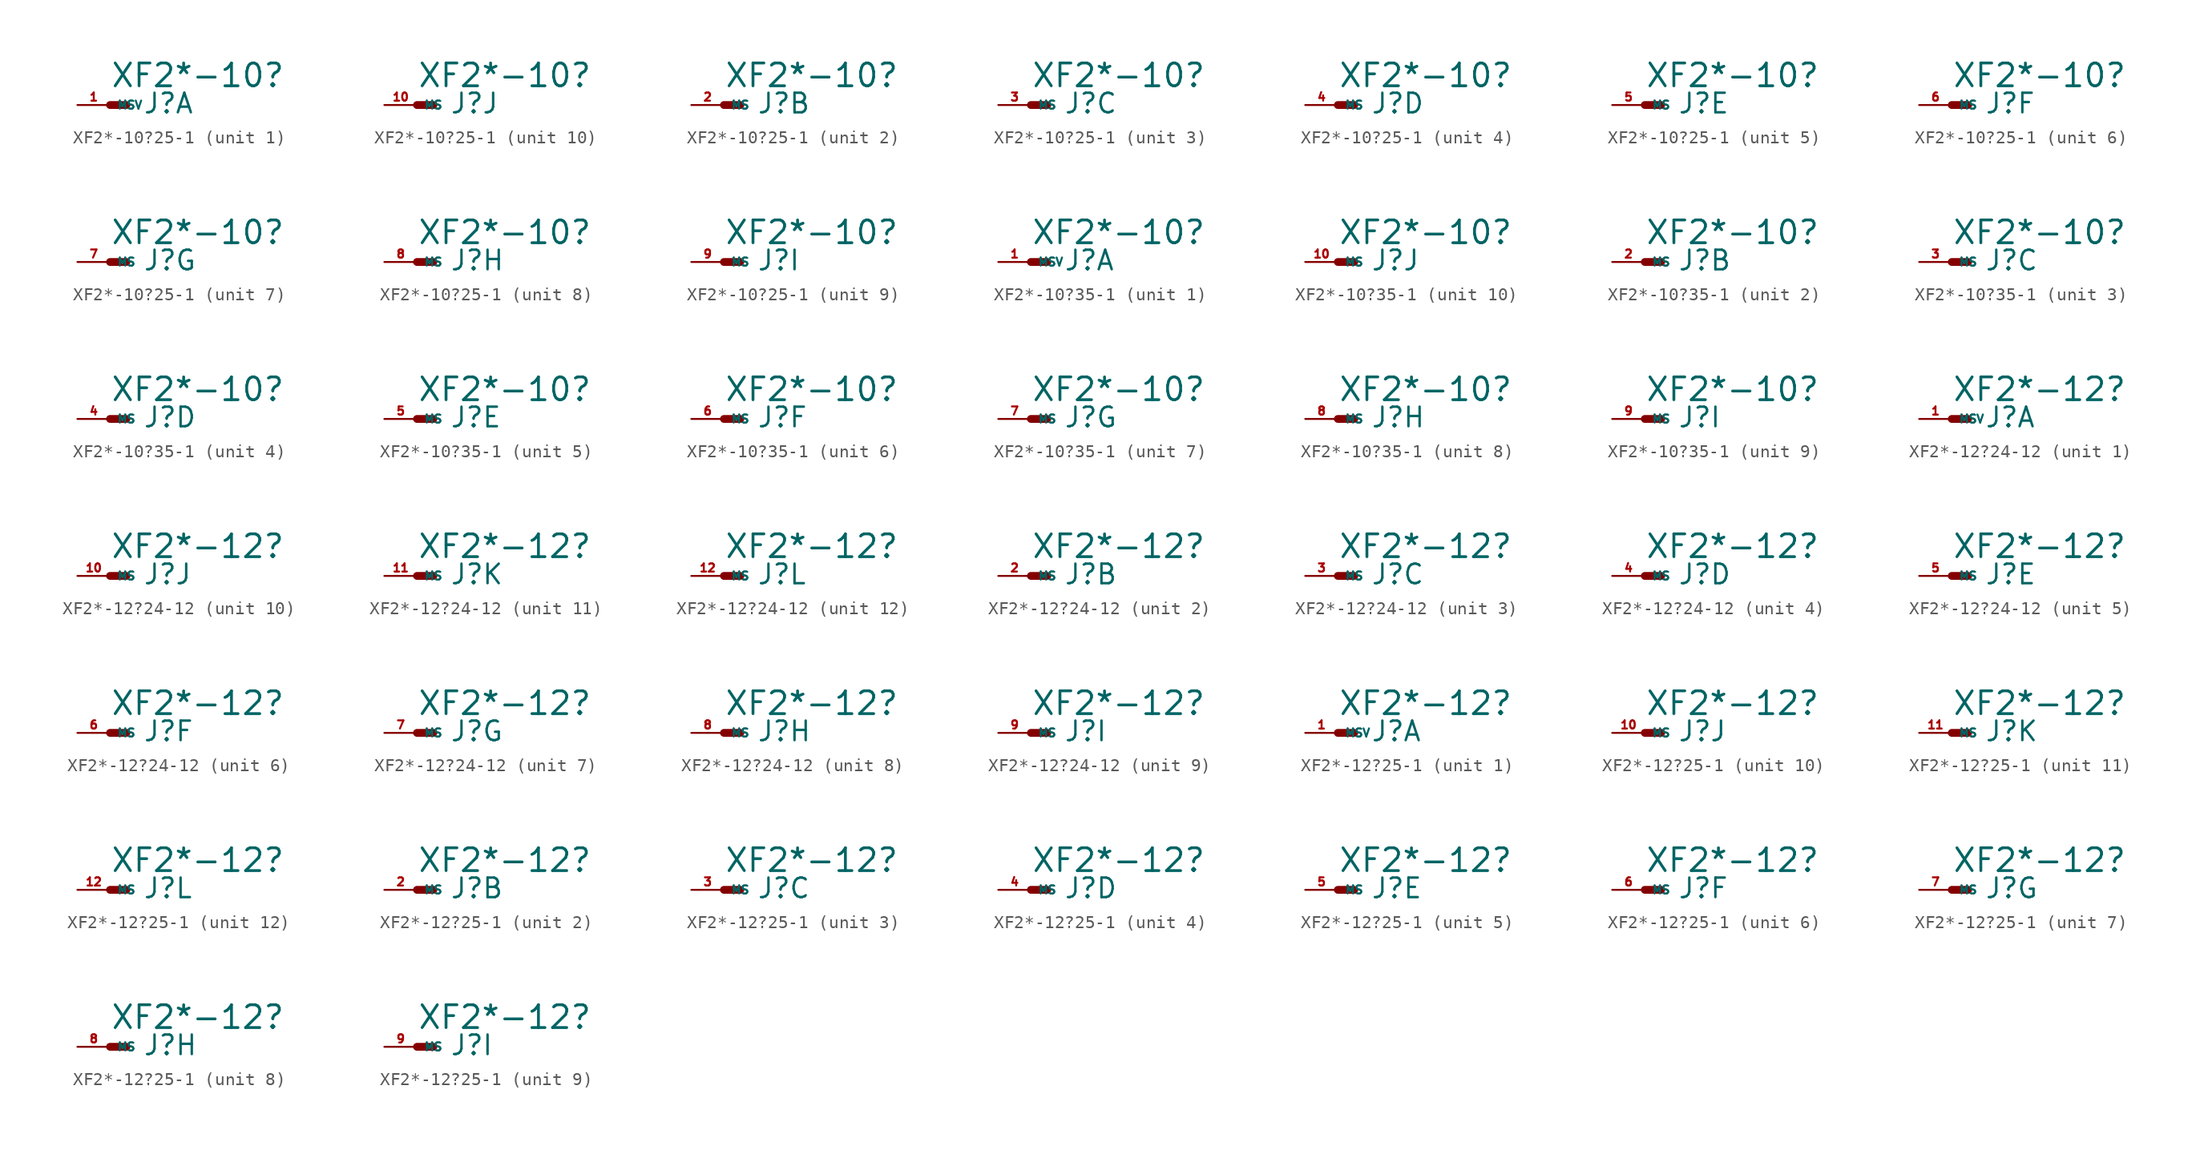
<source format=kicad_sym>
(kicad_symbol_lib
  (version 20220914)
  (generator Eagle2Kicad)
  (symbol "XF2*-10?25-1"
    (property "Reference" "J"
      (at 2.54 -0.762 0)
      (effects (font (size 1.524 1.524) (thickness 0.19)) (justify left bottom)))
    (property "Value" "XF2*-10?"
      (at 0 1.27 0)
      (effects (font (size 1.778 1.778) (thickness 0.22)) (justify left bottom)))
    (symbol "XF2*-10?25-1_1_0"
      (polyline (pts (xy 0 0) (xy 1.27 0)) (stroke (width 0.61) (type default)) (fill (type none)))
      (pin passive line (at -2.54 0 0) (length 2.54) (name "MSV" (effects (font (size 0.635 0.635) (thickness 0.08)) (justify left bottom))) (number "1" (effects (font (size 0.635 0.635) (thickness 0.08)) (justify left bottom)))))
    (symbol "XF2*-10?25-1_2_0"
      (polyline (pts (xy 0 0) (xy 1.27 0)) (stroke (width 0.61) (type default)) (fill (type none)))
      (pin passive line (at -2.54 0 0) (length 2.54) (name "MS" (effects (font (size 0.635 0.635) (thickness 0.08)) (justify left bottom))) (number "2" (effects (font (size 0.635 0.635) (thickness 0.08)) (justify left bottom)))))
    (symbol "XF2*-10?25-1_3_0"
      (polyline (pts (xy 0 0) (xy 1.27 0)) (stroke (width 0.61) (type default)) (fill (type none)))
      (pin passive line (at -2.54 0 0) (length 2.54) (name "MS" (effects (font (size 0.635 0.635) (thickness 0.08)) (justify left bottom))) (number "3" (effects (font (size 0.635 0.635) (thickness 0.08)) (justify left bottom)))))
    (symbol "XF2*-10?25-1_4_0"
      (polyline (pts (xy 0 0) (xy 1.27 0)) (stroke (width 0.61) (type default)) (fill (type none)))
      (pin passive line (at -2.54 0 0) (length 2.54) (name "MS" (effects (font (size 0.635 0.635) (thickness 0.08)) (justify left bottom))) (number "4" (effects (font (size 0.635 0.635) (thickness 0.08)) (justify left bottom)))))
    (symbol "XF2*-10?25-1_5_0"
      (polyline (pts (xy 0 0) (xy 1.27 0)) (stroke (width 0.61) (type default)) (fill (type none)))
      (pin passive line (at -2.54 0 0) (length 2.54) (name "MS" (effects (font (size 0.635 0.635) (thickness 0.08)) (justify left bottom))) (number "5" (effects (font (size 0.635 0.635) (thickness 0.08)) (justify left bottom)))))
    (symbol "XF2*-10?25-1_6_0"
      (polyline (pts (xy 0 0) (xy 1.27 0)) (stroke (width 0.61) (type default)) (fill (type none)))
      (pin passive line (at -2.54 0 0) (length 2.54) (name "MS" (effects (font (size 0.635 0.635) (thickness 0.08)) (justify left bottom))) (number "6" (effects (font (size 0.635 0.635) (thickness 0.08)) (justify left bottom)))))
    (symbol "XF2*-10?25-1_7_0"
      (polyline (pts (xy 0 0) (xy 1.27 0)) (stroke (width 0.61) (type default)) (fill (type none)))
      (pin passive line (at -2.54 0 0) (length 2.54) (name "MS" (effects (font (size 0.635 0.635) (thickness 0.08)) (justify left bottom))) (number "7" (effects (font (size 0.635 0.635) (thickness 0.08)) (justify left bottom)))))
    (symbol "XF2*-10?25-1_8_0"
      (polyline (pts (xy 0 0) (xy 1.27 0)) (stroke (width 0.61) (type default)) (fill (type none)))
      (pin passive line (at -2.54 0 0) (length 2.54) (name "MS" (effects (font (size 0.635 0.635) (thickness 0.08)) (justify left bottom))) (number "8" (effects (font (size 0.635 0.635) (thickness 0.08)) (justify left bottom)))))
    (symbol "XF2*-10?25-1_9_0"
      (polyline (pts (xy 0 0) (xy 1.27 0)) (stroke (width 0.61) (type default)) (fill (type none)))
      (pin passive line (at -2.54 0 0) (length 2.54) (name "MS" (effects (font (size 0.635 0.635) (thickness 0.08)) (justify left bottom))) (number "9" (effects (font (size 0.635 0.635) (thickness 0.08)) (justify left bottom)))))
    (symbol "XF2*-10?25-1_10_0"
      (polyline (pts (xy 0 0) (xy 1.27 0)) (stroke (width 0.61) (type default)) (fill (type none)))
      (pin passive line (at -2.54 0 0) (length 2.54) (name "MS" (effects (font (size 0.635 0.635) (thickness 0.08)) (justify left bottom))) (number "10" (effects (font (size 0.635 0.635) (thickness 0.08)) (justify left bottom))))))
  (symbol "XF2*-10?35-1"
    (property "Reference" "J"
      (at 2.54 -0.762 0)
      (effects (font (size 1.524 1.524) (thickness 0.19)) (justify left bottom)))
    (property "Value" "XF2*-10?"
      (at 0 1.27 0)
      (effects (font (size 1.778 1.778) (thickness 0.22)) (justify left bottom)))
    (symbol "XF2*-10?35-1_1_0"
      (polyline (pts (xy 0 0) (xy 1.27 0)) (stroke (width 0.61) (type default)) (fill (type none)))
      (pin passive line (at -2.54 0 0) (length 2.54) (name "MSV" (effects (font (size 0.635 0.635) (thickness 0.08)) (justify left bottom))) (number "1" (effects (font (size 0.635 0.635) (thickness 0.08)) (justify left bottom)))))
    (symbol "XF2*-10?35-1_2_0"
      (polyline (pts (xy 0 0) (xy 1.27 0)) (stroke (width 0.61) (type default)) (fill (type none)))
      (pin passive line (at -2.54 0 0) (length 2.54) (name "MS" (effects (font (size 0.635 0.635) (thickness 0.08)) (justify left bottom))) (number "2" (effects (font (size 0.635 0.635) (thickness 0.08)) (justify left bottom)))))
    (symbol "XF2*-10?35-1_3_0"
      (polyline (pts (xy 0 0) (xy 1.27 0)) (stroke (width 0.61) (type default)) (fill (type none)))
      (pin passive line (at -2.54 0 0) (length 2.54) (name "MS" (effects (font (size 0.635 0.635) (thickness 0.08)) (justify left bottom))) (number "3" (effects (font (size 0.635 0.635) (thickness 0.08)) (justify left bottom)))))
    (symbol "XF2*-10?35-1_4_0"
      (polyline (pts (xy 0 0) (xy 1.27 0)) (stroke (width 0.61) (type default)) (fill (type none)))
      (pin passive line (at -2.54 0 0) (length 2.54) (name "MS" (effects (font (size 0.635 0.635) (thickness 0.08)) (justify left bottom))) (number "4" (effects (font (size 0.635 0.635) (thickness 0.08)) (justify left bottom)))))
    (symbol "XF2*-10?35-1_5_0"
      (polyline (pts (xy 0 0) (xy 1.27 0)) (stroke (width 0.61) (type default)) (fill (type none)))
      (pin passive line (at -2.54 0 0) (length 2.54) (name "MS" (effects (font (size 0.635 0.635) (thickness 0.08)) (justify left bottom))) (number "5" (effects (font (size 0.635 0.635) (thickness 0.08)) (justify left bottom)))))
    (symbol "XF2*-10?35-1_6_0"
      (polyline (pts (xy 0 0) (xy 1.27 0)) (stroke (width 0.61) (type default)) (fill (type none)))
      (pin passive line (at -2.54 0 0) (length 2.54) (name "MS" (effects (font (size 0.635 0.635) (thickness 0.08)) (justify left bottom))) (number "6" (effects (font (size 0.635 0.635) (thickness 0.08)) (justify left bottom)))))
    (symbol "XF2*-10?35-1_7_0"
      (polyline (pts (xy 0 0) (xy 1.27 0)) (stroke (width 0.61) (type default)) (fill (type none)))
      (pin passive line (at -2.54 0 0) (length 2.54) (name "MS" (effects (font (size 0.635 0.635) (thickness 0.08)) (justify left bottom))) (number "7" (effects (font (size 0.635 0.635) (thickness 0.08)) (justify left bottom)))))
    (symbol "XF2*-10?35-1_8_0"
      (polyline (pts (xy 0 0) (xy 1.27 0)) (stroke (width 0.61) (type default)) (fill (type none)))
      (pin passive line (at -2.54 0 0) (length 2.54) (name "MS" (effects (font (size 0.635 0.635) (thickness 0.08)) (justify left bottom))) (number "8" (effects (font (size 0.635 0.635) (thickness 0.08)) (justify left bottom)))))
    (symbol "XF2*-10?35-1_9_0"
      (polyline (pts (xy 0 0) (xy 1.27 0)) (stroke (width 0.61) (type default)) (fill (type none)))
      (pin passive line (at -2.54 0 0) (length 2.54) (name "MS" (effects (font (size 0.635 0.635) (thickness 0.08)) (justify left bottom))) (number "9" (effects (font (size 0.635 0.635) (thickness 0.08)) (justify left bottom)))))
    (symbol "XF2*-10?35-1_10_0"
      (polyline (pts (xy 0 0) (xy 1.27 0)) (stroke (width 0.61) (type default)) (fill (type none)))
      (pin passive line (at -2.54 0 0) (length 2.54) (name "MS" (effects (font (size 0.635 0.635) (thickness 0.08)) (justify left bottom))) (number "10" (effects (font (size 0.635 0.635) (thickness 0.08)) (justify left bottom))))))
  (symbol "XF2*-12?24-12"
    (property "Reference" "J"
      (at 2.54 -0.762 0)
      (effects (font (size 1.524 1.524) (thickness 0.19)) (justify left bottom)))
    (property "Value" "XF2*-12?"
      (at 0 1.27 0)
      (effects (font (size 1.778 1.778) (thickness 0.22)) (justify left bottom)))
    (symbol "XF2*-12?24-12_1_0"
      (polyline (pts (xy 0 0) (xy 1.27 0)) (stroke (width 0.61) (type default)) (fill (type none)))
      (pin passive line (at -2.54 0 0) (length 2.54) (name "MSV" (effects (font (size 0.635 0.635) (thickness 0.08)) (justify left bottom))) (number "1" (effects (font (size 0.635 0.635) (thickness 0.08)) (justify left bottom)))))
    (symbol "XF2*-12?24-12_2_0"
      (polyline (pts (xy 0 0) (xy 1.27 0)) (stroke (width 0.61) (type default)) (fill (type none)))
      (pin passive line (at -2.54 0 0) (length 2.54) (name "MS" (effects (font (size 0.635 0.635) (thickness 0.08)) (justify left bottom))) (number "2" (effects (font (size 0.635 0.635) (thickness 0.08)) (justify left bottom)))))
    (symbol "XF2*-12?24-12_3_0"
      (polyline (pts (xy 0 0) (xy 1.27 0)) (stroke (width 0.61) (type default)) (fill (type none)))
      (pin passive line (at -2.54 0 0) (length 2.54) (name "MS" (effects (font (size 0.635 0.635) (thickness 0.08)) (justify left bottom))) (number "3" (effects (font (size 0.635 0.635) (thickness 0.08)) (justify left bottom)))))
    (symbol "XF2*-12?24-12_4_0"
      (polyline (pts (xy 0 0) (xy 1.27 0)) (stroke (width 0.61) (type default)) (fill (type none)))
      (pin passive line (at -2.54 0 0) (length 2.54) (name "MS" (effects (font (size 0.635 0.635) (thickness 0.08)) (justify left bottom))) (number "4" (effects (font (size 0.635 0.635) (thickness 0.08)) (justify left bottom)))))
    (symbol "XF2*-12?24-12_5_0"
      (polyline (pts (xy 0 0) (xy 1.27 0)) (stroke (width 0.61) (type default)) (fill (type none)))
      (pin passive line (at -2.54 0 0) (length 2.54) (name "MS" (effects (font (size 0.635 0.635) (thickness 0.08)) (justify left bottom))) (number "5" (effects (font (size 0.635 0.635) (thickness 0.08)) (justify left bottom)))))
    (symbol "XF2*-12?24-12_6_0"
      (polyline (pts (xy 0 0) (xy 1.27 0)) (stroke (width 0.61) (type default)) (fill (type none)))
      (pin passive line (at -2.54 0 0) (length 2.54) (name "MS" (effects (font (size 0.635 0.635) (thickness 0.08)) (justify left bottom))) (number "6" (effects (font (size 0.635 0.635) (thickness 0.08)) (justify left bottom)))))
    (symbol "XF2*-12?24-12_7_0"
      (polyline (pts (xy 0 0) (xy 1.27 0)) (stroke (width 0.61) (type default)) (fill (type none)))
      (pin passive line (at -2.54 0 0) (length 2.54) (name "MS" (effects (font (size 0.635 0.635) (thickness 0.08)) (justify left bottom))) (number "7" (effects (font (size 0.635 0.635) (thickness 0.08)) (justify left bottom)))))
    (symbol "XF2*-12?24-12_8_0"
      (polyline (pts (xy 0 0) (xy 1.27 0)) (stroke (width 0.61) (type default)) (fill (type none)))
      (pin passive line (at -2.54 0 0) (length 2.54) (name "MS" (effects (font (size 0.635 0.635) (thickness 0.08)) (justify left bottom))) (number "8" (effects (font (size 0.635 0.635) (thickness 0.08)) (justify left bottom)))))
    (symbol "XF2*-12?24-12_9_0"
      (polyline (pts (xy 0 0) (xy 1.27 0)) (stroke (width 0.61) (type default)) (fill (type none)))
      (pin passive line (at -2.54 0 0) (length 2.54) (name "MS" (effects (font (size 0.635 0.635) (thickness 0.08)) (justify left bottom))) (number "9" (effects (font (size 0.635 0.635) (thickness 0.08)) (justify left bottom)))))
    (symbol "XF2*-12?24-12_10_0"
      (polyline (pts (xy 0 0) (xy 1.27 0)) (stroke (width 0.61) (type default)) (fill (type none)))
      (pin passive line (at -2.54 0 0) (length 2.54) (name "MS" (effects (font (size 0.635 0.635) (thickness 0.08)) (justify left bottom))) (number "10" (effects (font (size 0.635 0.635) (thickness 0.08)) (justify left bottom)))))
    (symbol "XF2*-12?24-12_11_0"
      (polyline (pts (xy 0 0) (xy 1.27 0)) (stroke (width 0.61) (type default)) (fill (type none)))
      (pin passive line (at -2.54 0 0) (length 2.54) (name "MS" (effects (font (size 0.635 0.635) (thickness 0.08)) (justify left bottom))) (number "11" (effects (font (size 0.635 0.635) (thickness 0.08)) (justify left bottom)))))
    (symbol "XF2*-12?24-12_12_0"
      (polyline (pts (xy 0 0) (xy 1.27 0)) (stroke (width 0.61) (type default)) (fill (type none)))
      (pin passive line (at -2.54 0 0) (length 2.54) (name "MS" (effects (font (size 0.635 0.635) (thickness 0.08)) (justify left bottom))) (number "12" (effects (font (size 0.635 0.635) (thickness 0.08)) (justify left bottom))))))
  (symbol "XF2*-12?25-1"
    (property "Reference" "J"
      (at 2.54 -0.762 0)
      (effects (font (size 1.524 1.524) (thickness 0.19)) (justify left bottom)))
    (property "Value" "XF2*-12?"
      (at 0 1.27 0)
      (effects (font (size 1.778 1.778) (thickness 0.22)) (justify left bottom)))
    (symbol "XF2*-12?25-1_1_0"
      (polyline (pts (xy 0 0) (xy 1.27 0)) (stroke (width 0.61) (type default)) (fill (type none)))
      (pin passive line (at -2.54 0 0) (length 2.54) (name "MSV" (effects (font (size 0.635 0.635) (thickness 0.08)) (justify left bottom))) (number "1" (effects (font (size 0.635 0.635) (thickness 0.08)) (justify left bottom)))))
    (symbol "XF2*-12?25-1_2_0"
      (polyline (pts (xy 0 0) (xy 1.27 0)) (stroke (width 0.61) (type default)) (fill (type none)))
      (pin passive line (at -2.54 0 0) (length 2.54) (name "MS" (effects (font (size 0.635 0.635) (thickness 0.08)) (justify left bottom))) (number "2" (effects (font (size 0.635 0.635) (thickness 0.08)) (justify left bottom)))))
    (symbol "XF2*-12?25-1_3_0"
      (polyline (pts (xy 0 0) (xy 1.27 0)) (stroke (width 0.61) (type default)) (fill (type none)))
      (pin passive line (at -2.54 0 0) (length 2.54) (name "MS" (effects (font (size 0.635 0.635) (thickness 0.08)) (justify left bottom))) (number "3" (effects (font (size 0.635 0.635) (thickness 0.08)) (justify left bottom)))))
    (symbol "XF2*-12?25-1_4_0"
      (polyline (pts (xy 0 0) (xy 1.27 0)) (stroke (width 0.61) (type default)) (fill (type none)))
      (pin passive line (at -2.54 0 0) (length 2.54) (name "MS" (effects (font (size 0.635 0.635) (thickness 0.08)) (justify left bottom))) (number "4" (effects (font (size 0.635 0.635) (thickness 0.08)) (justify left bottom)))))
    (symbol "XF2*-12?25-1_5_0"
      (polyline (pts (xy 0 0) (xy 1.27 0)) (stroke (width 0.61) (type default)) (fill (type none)))
      (pin passive line (at -2.54 0 0) (length 2.54) (name "MS" (effects (font (size 0.635 0.635) (thickness 0.08)) (justify left bottom))) (number "5" (effects (font (size 0.635 0.635) (thickness 0.08)) (justify left bottom)))))
    (symbol "XF2*-12?25-1_6_0"
      (polyline (pts (xy 0 0) (xy 1.27 0)) (stroke (width 0.61) (type default)) (fill (type none)))
      (pin passive line (at -2.54 0 0) (length 2.54) (name "MS" (effects (font (size 0.635 0.635) (thickness 0.08)) (justify left bottom))) (number "6" (effects (font (size 0.635 0.635) (thickness 0.08)) (justify left bottom)))))
    (symbol "XF2*-12?25-1_7_0"
      (polyline (pts (xy 0 0) (xy 1.27 0)) (stroke (width 0.61) (type default)) (fill (type none)))
      (pin passive line (at -2.54 0 0) (length 2.54) (name "MS" (effects (font (size 0.635 0.635) (thickness 0.08)) (justify left bottom))) (number "7" (effects (font (size 0.635 0.635) (thickness 0.08)) (justify left bottom)))))
    (symbol "XF2*-12?25-1_8_0"
      (polyline (pts (xy 0 0) (xy 1.27 0)) (stroke (width 0.61) (type default)) (fill (type none)))
      (pin passive line (at -2.54 0 0) (length 2.54) (name "MS" (effects (font (size 0.635 0.635) (thickness 0.08)) (justify left bottom))) (number "8" (effects (font (size 0.635 0.635) (thickness 0.08)) (justify left bottom)))))
    (symbol "XF2*-12?25-1_9_0"
      (polyline (pts (xy 0 0) (xy 1.27 0)) (stroke (width 0.61) (type default)) (fill (type none)))
      (pin passive line (at -2.54 0 0) (length 2.54) (name "MS" (effects (font (size 0.635 0.635) (thickness 0.08)) (justify left bottom))) (number "9" (effects (font (size 0.635 0.635) (thickness 0.08)) (justify left bottom)))))
    (symbol "XF2*-12?25-1_10_0"
      (polyline (pts (xy 0 0) (xy 1.27 0)) (stroke (width 0.61) (type default)) (fill (type none)))
      (pin passive line (at -2.54 0 0) (length 2.54) (name "MS" (effects (font (size 0.635 0.635) (thickness 0.08)) (justify left bottom))) (number "10" (effects (font (size 0.635 0.635) (thickness 0.08)) (justify left bottom)))))
    (symbol "XF2*-12?25-1_11_0"
      (polyline (pts (xy 0 0) (xy 1.27 0)) (stroke (width 0.61) (type default)) (fill (type none)))
      (pin passive line (at -2.54 0 0) (length 2.54) (name "MS" (effects (font (size 0.635 0.635) (thickness 0.08)) (justify left bottom))) (number "11" (effects (font (size 0.635 0.635) (thickness 0.08)) (justify left bottom)))))
    (symbol "XF2*-12?25-1_12_0"
      (polyline (pts (xy 0 0) (xy 1.27 0)) (stroke (width 0.61) (type default)) (fill (type none)))
      (pin passive line (at -2.54 0 0) (length 2.54) (name "MS" (effects (font (size 0.635 0.635) (thickness 0.08)) (justify left bottom))) (number "12" (effects (font (size 0.635 0.635) (thickness 0.08)) (justify left bottom)))))))
</source>
